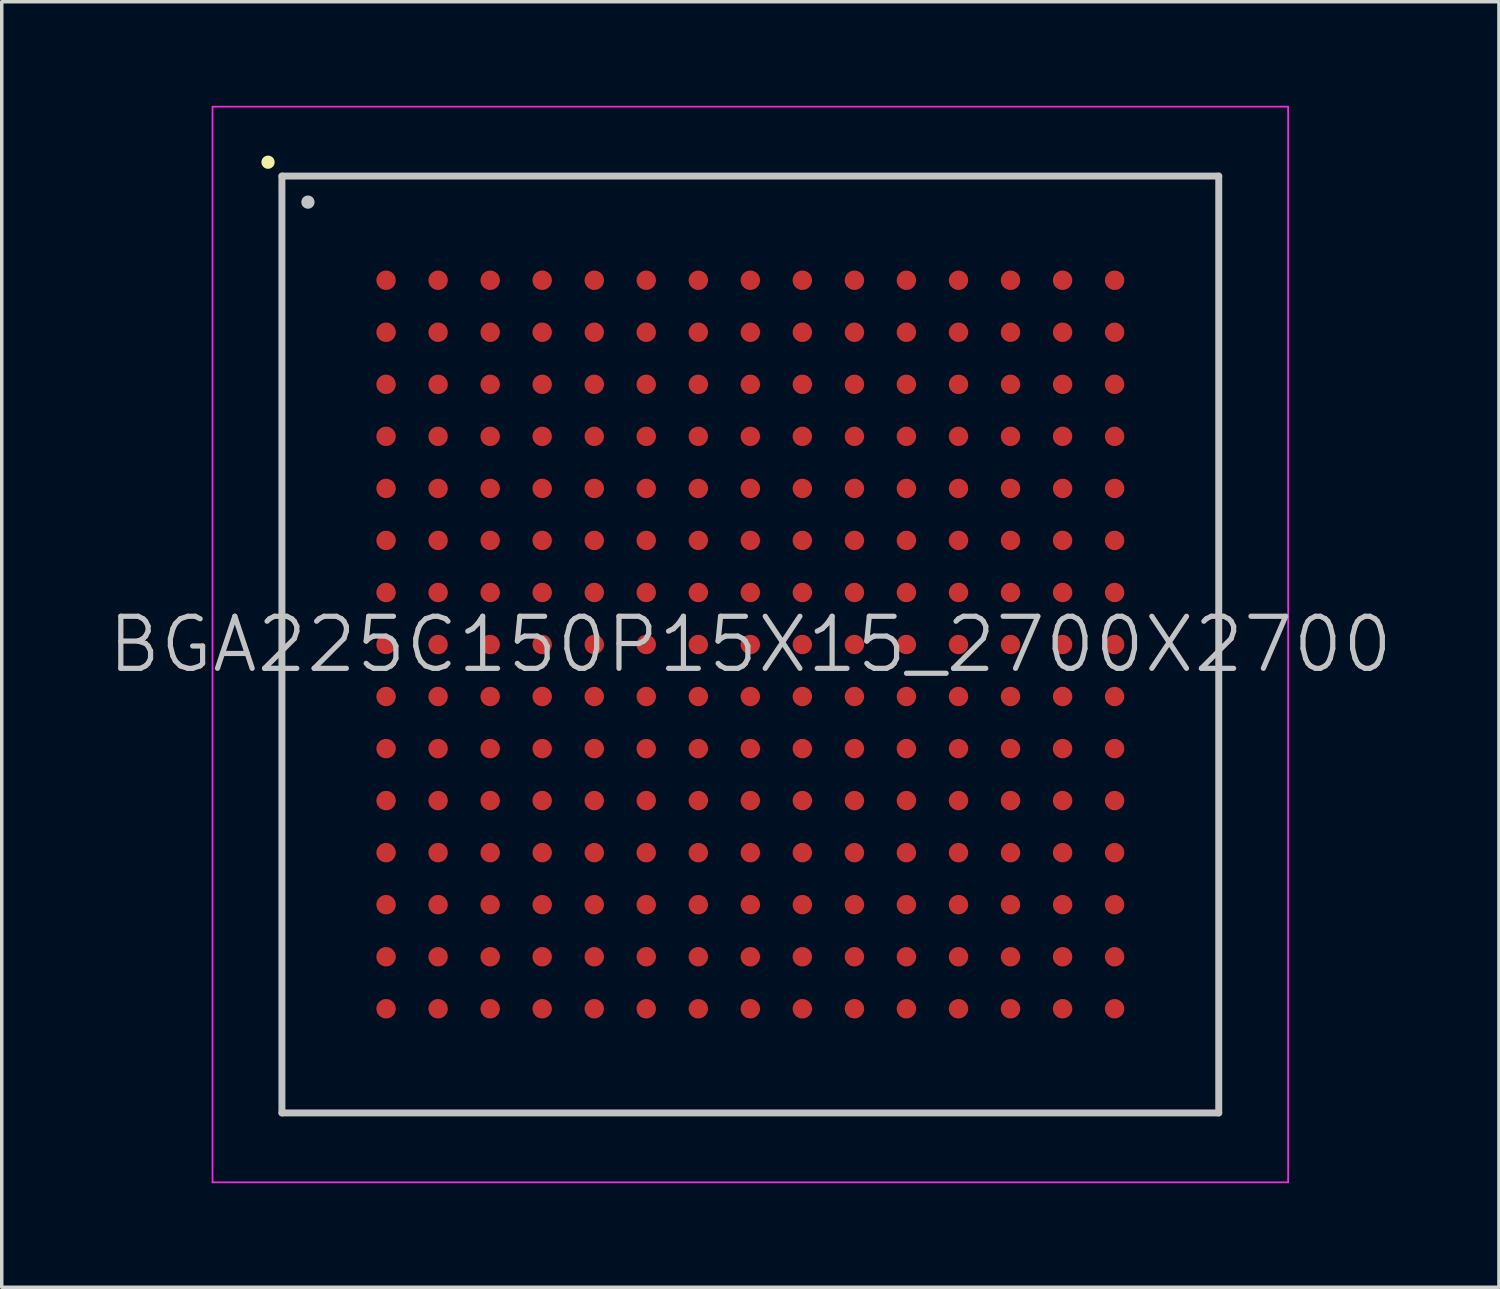
<source format=kicad_pcb>
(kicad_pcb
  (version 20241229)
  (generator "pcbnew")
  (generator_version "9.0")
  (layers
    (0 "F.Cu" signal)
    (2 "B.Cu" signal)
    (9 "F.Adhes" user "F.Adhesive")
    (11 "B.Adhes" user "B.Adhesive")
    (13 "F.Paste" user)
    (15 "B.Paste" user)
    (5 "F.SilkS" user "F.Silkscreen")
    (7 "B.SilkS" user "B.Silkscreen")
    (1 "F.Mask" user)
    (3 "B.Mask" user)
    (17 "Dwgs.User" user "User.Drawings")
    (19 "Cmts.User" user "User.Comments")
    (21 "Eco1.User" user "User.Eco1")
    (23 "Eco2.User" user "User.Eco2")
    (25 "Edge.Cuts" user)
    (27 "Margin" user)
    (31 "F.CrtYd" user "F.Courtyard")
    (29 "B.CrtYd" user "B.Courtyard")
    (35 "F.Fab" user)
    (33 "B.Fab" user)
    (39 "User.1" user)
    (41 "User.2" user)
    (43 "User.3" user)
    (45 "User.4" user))
  (footprint "BGA225C150P15X15_2700X2700"
    (layer "F.Cu")
    (at 18.575 15.525)
    (property "Reference" "BGA225C150P15X15_2700X2700" (at 0 0 0) (layer "Dwgs.User") (effects (font (size 1.5 1.5) (thickness 0.15))))
    (attr smd)
    (fp_line (start -13.9 -13.9) (end -13.9 -13.9) (stroke (width 0.381) (type solid)) (layer "F.SilkS"))
    (fp_line (start -13.5 -13.5) (end -13.5 13.5) (stroke (width 0.2) (type solid)) (layer "Dwgs.User"))
    (fp_line (start -13.5 -13.5) (end 13.5 -13.5) (stroke (width 0.2) (type solid)) (layer "Dwgs.User"))
    (fp_line (start -13.5 13.5) (end 13.5 13.5) (stroke (width 0.2) (type solid)) (layer "Dwgs.User"))
    (fp_line (start -12.75 -12.75) (end -12.75 -12.75) (stroke (width 0.381) (type solid)) (layer "Dwgs.User"))
    (fp_line (start 13.5 -13.5) (end 13.5 13.5) (stroke (width 0.2) (type solid)) (layer "Dwgs.User"))
    (fp_line (start -15.5 -15.5) (end -15.5 15.5) (stroke (width 0.05) (type solid)) (layer "F.CrtYd"))
    (fp_line (start -15.5 -15.5) (end 15.5 -15.5) (stroke (width 0.05) (type solid)) (layer "F.CrtYd"))
    (fp_line (start -15.5 15.5) (end 15.5 15.5) (stroke (width 0.05) (type solid)) (layer "F.CrtYd"))
    (fp_line (start 15.5 -15.5) (end 15.5 15.5) (stroke (width 0.05) (type solid)) (layer "F.CrtYd"))
    (pad "A1" smd circle (at -10.498 -10.498 270) (size 0.56 0.56) (layers "F.Cu" "F.Mask" "F.Paste"))
    (pad "A2" smd circle (at -8.999 -10.498 270) (size 0.56 0.56) (layers "F.Cu" "F.Mask" "F.Paste"))
    (pad "A3" smd circle (at -7.498 -10.498 270) (size 0.56 0.56) (layers "F.Cu" "F.Mask" "F.Paste"))
    (pad "A4" smd circle (at -5.999 -10.498 270) (size 0.56 0.56) (layers "F.Cu" "F.Mask" "F.Paste"))
    (pad "A5" smd circle (at -4.498 -10.498 270) (size 0.56 0.56) (layers "F.Cu" "F.Mask" "F.Paste"))
    (pad "A6" smd circle (at -3 -10.498 270) (size 0.56 0.56) (layers "F.Cu" "F.Mask" "F.Paste"))
    (pad "A7" smd circle (at -1.499 -10.498 270) (size 0.56 0.56) (layers "F.Cu" "F.Mask" "F.Paste"))
    (pad "A8" smd circle (at 0 -10.498 270) (size 0.56 0.56) (layers "F.Cu" "F.Mask" "F.Paste"))
    (pad "A9" smd circle (at 1.499 -10.498 270) (size 0.56 0.56) (layers "F.Cu" "F.Mask" "F.Paste"))
    (pad "A10" smd circle (at 3 -10.498 270) (size 0.56 0.56) (layers "F.Cu" "F.Mask" "F.Paste"))
    (pad "A11" smd circle (at 4.498 -10.498 270) (size 0.56 0.56) (layers "F.Cu" "F.Mask" "F.Paste"))
    (pad "A12" smd circle (at 5.999 -10.498 270) (size 0.56 0.56) (layers "F.Cu" "F.Mask" "F.Paste"))
    (pad "A13" smd circle (at 7.498 -10.498 270) (size 0.56 0.56) (layers "F.Cu" "F.Mask" "F.Paste"))
    (pad "A14" smd circle (at 8.999 -10.498 270) (size 0.56 0.56) (layers "F.Cu" "F.Mask" "F.Paste"))
    (pad "A15" smd circle (at 10.498 -10.498 270) (size 0.56 0.56) (layers "F.Cu" "F.Mask" "F.Paste"))
    (pad "B1" smd circle (at -10.498 -8.999 270) (size 0.56 0.56) (layers "F.Cu" "F.Mask" "F.Paste"))
    (pad "B2" smd circle (at -8.999 -8.999 270) (size 0.56 0.56) (layers "F.Cu" "F.Mask" "F.Paste"))
    (pad "B3" smd circle (at -7.498 -8.999 270) (size 0.56 0.56) (layers "F.Cu" "F.Mask" "F.Paste"))
    (pad "B4" smd circle (at -5.999 -8.999 270) (size 0.56 0.56) (layers "F.Cu" "F.Mask" "F.Paste"))
    (pad "B5" smd circle (at -4.498 -8.999 270) (size 0.56 0.56) (layers "F.Cu" "F.Mask" "F.Paste"))
    (pad "B6" smd circle (at -3 -8.999 270) (size 0.56 0.56) (layers "F.Cu" "F.Mask" "F.Paste"))
    (pad "B7" smd circle (at -1.499 -8.999 270) (size 0.56 0.56) (layers "F.Cu" "F.Mask" "F.Paste"))
    (pad "B8" smd circle (at 0 -8.999 270) (size 0.56 0.56) (layers "F.Cu" "F.Mask" "F.Paste"))
    (pad "B9" smd circle (at 1.499 -8.999 270) (size 0.56 0.56) (layers "F.Cu" "F.Mask" "F.Paste"))
    (pad "B10" smd circle (at 3 -8.999 270) (size 0.56 0.56) (layers "F.Cu" "F.Mask" "F.Paste"))
    (pad "B11" smd circle (at 4.498 -8.999 270) (size 0.56 0.56) (layers "F.Cu" "F.Mask" "F.Paste"))
    (pad "B12" smd circle (at 5.999 -8.999 270) (size 0.56 0.56) (layers "F.Cu" "F.Mask" "F.Paste"))
    (pad "B13" smd circle (at 7.498 -8.999 270) (size 0.56 0.56) (layers "F.Cu" "F.Mask" "F.Paste"))
    (pad "B14" smd circle (at 8.999 -8.999 270) (size 0.56 0.56) (layers "F.Cu" "F.Mask" "F.Paste"))
    (pad "B15" smd circle (at 10.498 -8.999 270) (size 0.56 0.56) (layers "F.Cu" "F.Mask" "F.Paste"))
    (pad "C1" smd circle (at -10.498 -7.498 270) (size 0.56 0.56) (layers "F.Cu" "F.Mask" "F.Paste"))
    (pad "C2" smd circle (at -8.999 -7.498 270) (size 0.56 0.56) (layers "F.Cu" "F.Mask" "F.Paste"))
    (pad "C3" smd circle (at -7.498 -7.498 270) (size 0.56 0.56) (layers "F.Cu" "F.Mask" "F.Paste"))
    (pad "C4" smd circle (at -5.999 -7.498 270) (size 0.56 0.56) (layers "F.Cu" "F.Mask" "F.Paste"))
    (pad "C5" smd circle (at -4.498 -7.498 270) (size 0.56 0.56) (layers "F.Cu" "F.Mask" "F.Paste"))
    (pad "C6" smd circle (at -3 -7.498 270) (size 0.56 0.56) (layers "F.Cu" "F.Mask" "F.Paste"))
    (pad "C7" smd circle (at -1.499 -7.498 270) (size 0.56 0.56) (layers "F.Cu" "F.Mask" "F.Paste"))
    (pad "C8" smd circle (at 0 -7.498 270) (size 0.56 0.56) (layers "F.Cu" "F.Mask" "F.Paste"))
    (pad "C9" smd circle (at 1.499 -7.498 270) (size 0.56 0.56) (layers "F.Cu" "F.Mask" "F.Paste"))
    (pad "C10" smd circle (at 3 -7.498 270) (size 0.56 0.56) (layers "F.Cu" "F.Mask" "F.Paste"))
    (pad "C11" smd circle (at 4.498 -7.498 270) (size 0.56 0.56) (layers "F.Cu" "F.Mask" "F.Paste"))
    (pad "C12" smd circle (at 5.999 -7.498 270) (size 0.56 0.56) (layers "F.Cu" "F.Mask" "F.Paste"))
    (pad "C13" smd circle (at 7.498 -7.498 270) (size 0.56 0.56) (layers "F.Cu" "F.Mask" "F.Paste"))
    (pad "C14" smd circle (at 8.999 -7.498 270) (size 0.56 0.56) (layers "F.Cu" "F.Mask" "F.Paste"))
    (pad "C15" smd circle (at 10.498 -7.498 270) (size 0.56 0.56) (layers "F.Cu" "F.Mask" "F.Paste"))
    (pad "D1" smd circle (at -10.498 -5.999 270) (size 0.56 0.56) (layers "F.Cu" "F.Mask" "F.Paste"))
    (pad "D2" smd circle (at -8.999 -5.999 270) (size 0.56 0.56) (layers "F.Cu" "F.Mask" "F.Paste"))
    (pad "D3" smd circle (at -7.498 -5.999 270) (size 0.56 0.56) (layers "F.Cu" "F.Mask" "F.Paste"))
    (pad "D4" smd circle (at -5.999 -5.999 270) (size 0.56 0.56) (layers "F.Cu" "F.Mask" "F.Paste"))
    (pad "D5" smd circle (at -4.498 -5.999 270) (size 0.56 0.56) (layers "F.Cu" "F.Mask" "F.Paste"))
    (pad "D6" smd circle (at -3 -5.999 270) (size 0.56 0.56) (layers "F.Cu" "F.Mask" "F.Paste"))
    (pad "D7" smd circle (at -1.499 -5.999 270) (size 0.56 0.56) (layers "F.Cu" "F.Mask" "F.Paste"))
    (pad "D8" smd circle (at 0 -5.999 270) (size 0.56 0.56) (layers "F.Cu" "F.Mask" "F.Paste"))
    (pad "D9" smd circle (at 1.499 -5.999 270) (size 0.56 0.56) (layers "F.Cu" "F.Mask" "F.Paste"))
    (pad "D10" smd circle (at 3 -5.999 270) (size 0.56 0.56) (layers "F.Cu" "F.Mask" "F.Paste"))
    (pad "D11" smd circle (at 4.498 -5.999 270) (size 0.56 0.56) (layers "F.Cu" "F.Mask" "F.Paste"))
    (pad "D12" smd circle (at 5.999 -5.999 270) (size 0.56 0.56) (layers "F.Cu" "F.Mask" "F.Paste"))
    (pad "D13" smd circle (at 7.498 -5.999 270) (size 0.56 0.56) (layers "F.Cu" "F.Mask" "F.Paste"))
    (pad "D14" smd circle (at 8.999 -5.999 270) (size 0.56 0.56) (layers "F.Cu" "F.Mask" "F.Paste"))
    (pad "D15" smd circle (at 10.498 -5.999 270) (size 0.56 0.56) (layers "F.Cu" "F.Mask" "F.Paste"))
    (pad "E1" smd circle (at -10.498 -4.498 270) (size 0.56 0.56) (layers "F.Cu" "F.Mask" "F.Paste"))
    (pad "E2" smd circle (at -8.999 -4.498 270) (size 0.56 0.56) (layers "F.Cu" "F.Mask" "F.Paste"))
    (pad "E3" smd circle (at -7.498 -4.498 270) (size 0.56 0.56) (layers "F.Cu" "F.Mask" "F.Paste"))
    (pad "E4" smd circle (at -5.999 -4.498 270) (size 0.56 0.56) (layers "F.Cu" "F.Mask" "F.Paste"))
    (pad "E5" smd circle (at -4.498 -4.498 270) (size 0.56 0.56) (layers "F.Cu" "F.Mask" "F.Paste"))
    (pad "E6" smd circle (at -3 -4.498 270) (size 0.56 0.56) (layers "F.Cu" "F.Mask" "F.Paste"))
    (pad "E7" smd circle (at -1.499 -4.498 270) (size 0.56 0.56) (layers "F.Cu" "F.Mask" "F.Paste"))
    (pad "E8" smd circle (at 0 -4.498 270) (size 0.56 0.56) (layers "F.Cu" "F.Mask" "F.Paste"))
    (pad "E9" smd circle (at 1.499 -4.498 270) (size 0.56 0.56) (layers "F.Cu" "F.Mask" "F.Paste"))
    (pad "E10" smd circle (at 3 -4.498 270) (size 0.56 0.56) (layers "F.Cu" "F.Mask" "F.Paste"))
    (pad "E11" smd circle (at 4.498 -4.498 270) (size 0.56 0.56) (layers "F.Cu" "F.Mask" "F.Paste"))
    (pad "E12" smd circle (at 5.999 -4.498 270) (size 0.56 0.56) (layers "F.Cu" "F.Mask" "F.Paste"))
    (pad "E13" smd circle (at 7.498 -4.498 270) (size 0.56 0.56) (layers "F.Cu" "F.Mask" "F.Paste"))
    (pad "E14" smd circle (at 8.999 -4.498 270) (size 0.56 0.56) (layers "F.Cu" "F.Mask" "F.Paste"))
    (pad "E15" smd circle (at 10.498 -4.498 270) (size 0.56 0.56) (layers "F.Cu" "F.Mask" "F.Paste"))
    (pad "F1" smd circle (at -10.498 -3 270) (size 0.56 0.56) (layers "F.Cu" "F.Mask" "F.Paste"))
    (pad "F2" smd circle (at -8.999 -3 270) (size 0.56 0.56) (layers "F.Cu" "F.Mask" "F.Paste"))
    (pad "F3" smd circle (at -7.498 -3 270) (size 0.56 0.56) (layers "F.Cu" "F.Mask" "F.Paste"))
    (pad "F4" smd circle (at -5.999 -3 270) (size 0.56 0.56) (layers "F.Cu" "F.Mask" "F.Paste"))
    (pad "F5" smd circle (at -4.498 -3 270) (size 0.56 0.56) (layers "F.Cu" "F.Mask" "F.Paste"))
    (pad "F6" smd circle (at -3 -3 270) (size 0.56 0.56) (layers "F.Cu" "F.Mask" "F.Paste"))
    (pad "F7" smd circle (at -1.499 -3 270) (size 0.56 0.56) (layers "F.Cu" "F.Mask" "F.Paste"))
    (pad "F8" smd circle (at 0 -3 270) (size 0.56 0.56) (layers "F.Cu" "F.Mask" "F.Paste"))
    (pad "F9" smd circle (at 1.499 -3 270) (size 0.56 0.56) (layers "F.Cu" "F.Mask" "F.Paste"))
    (pad "F10" smd circle (at 3 -3 270) (size 0.56 0.56) (layers "F.Cu" "F.Mask" "F.Paste"))
    (pad "F11" smd circle (at 4.498 -3 270) (size 0.56 0.56) (layers "F.Cu" "F.Mask" "F.Paste"))
    (pad "F12" smd circle (at 5.999 -3 270) (size 0.56 0.56) (layers "F.Cu" "F.Mask" "F.Paste"))
    (pad "F13" smd circle (at 7.498 -3 270) (size 0.56 0.56) (layers "F.Cu" "F.Mask" "F.Paste"))
    (pad "F14" smd circle (at 8.999 -3 270) (size 0.56 0.56) (layers "F.Cu" "F.Mask" "F.Paste"))
    (pad "F15" smd circle (at 10.498 -3 270) (size 0.56 0.56) (layers "F.Cu" "F.Mask" "F.Paste"))
    (pad "G1" smd circle (at -10.498 -1.499 270) (size 0.56 0.56) (layers "F.Cu" "F.Mask" "F.Paste"))
    (pad "G2" smd circle (at -8.999 -1.499 270) (size 0.56 0.56) (layers "F.Cu" "F.Mask" "F.Paste"))
    (pad "G3" smd circle (at -7.498 -1.499 270) (size 0.56 0.56) (layers "F.Cu" "F.Mask" "F.Paste"))
    (pad "G4" smd circle (at -5.999 -1.499 270) (size 0.56 0.56) (layers "F.Cu" "F.Mask" "F.Paste"))
    (pad "G5" smd circle (at -4.498 -1.499 270) (size 0.56 0.56) (layers "F.Cu" "F.Mask" "F.Paste"))
    (pad "G6" smd circle (at -3 -1.499 270) (size 0.56 0.56) (layers "F.Cu" "F.Mask" "F.Paste"))
    (pad "G7" smd circle (at -1.499 -1.499 270) (size 0.56 0.56) (layers "F.Cu" "F.Mask" "F.Paste"))
    (pad "G8" smd circle (at 0 -1.499 270) (size 0.56 0.56) (layers "F.Cu" "F.Mask" "F.Paste"))
    (pad "G9" smd circle (at 1.499 -1.499 270) (size 0.56 0.56) (layers "F.Cu" "F.Mask" "F.Paste"))
    (pad "G10" smd circle (at 3 -1.499 270) (size 0.56 0.56) (layers "F.Cu" "F.Mask" "F.Paste"))
    (pad "G11" smd circle (at 4.498 -1.499 270) (size 0.56 0.56) (layers "F.Cu" "F.Mask" "F.Paste"))
    (pad "G12" smd circle (at 5.999 -1.499 270) (size 0.56 0.56) (layers "F.Cu" "F.Mask" "F.Paste"))
    (pad "G13" smd circle (at 7.498 -1.499 270) (size 0.56 0.56) (layers "F.Cu" "F.Mask" "F.Paste"))
    (pad "G14" smd circle (at 8.999 -1.499 270) (size 0.56 0.56) (layers "F.Cu" "F.Mask" "F.Paste"))
    (pad "G15" smd circle (at 10.498 -1.499 270) (size 0.56 0.56) (layers "F.Cu" "F.Mask" "F.Paste"))
    (pad "H1" smd circle (at -10.498 0 270) (size 0.56 0.56) (layers "F.Cu" "F.Mask" "F.Paste"))
    (pad "H2" smd circle (at -8.999 0 270) (size 0.56 0.56) (layers "F.Cu" "F.Mask" "F.Paste"))
    (pad "H3" smd circle (at -7.498 0 270) (size 0.56 0.56) (layers "F.Cu" "F.Mask" "F.Paste"))
    (pad "H4" smd circle (at -5.999 0 270) (size 0.56 0.56) (layers "F.Cu" "F.Mask" "F.Paste"))
    (pad "H5" smd circle (at -4.498 0 270) (size 0.56 0.56) (layers "F.Cu" "F.Mask" "F.Paste"))
    (pad "H6" smd circle (at -3 0 270) (size 0.56 0.56) (layers "F.Cu" "F.Mask" "F.Paste"))
    (pad "H7" smd circle (at -1.499 0 270) (size 0.56 0.56) (layers "F.Cu" "F.Mask" "F.Paste"))
    (pad "H8" smd circle (at 0 0 270) (size 0.56 0.56) (layers "F.Cu" "F.Mask" "F.Paste"))
    (pad "H9" smd circle (at 1.499 0 270) (size 0.56 0.56) (layers "F.Cu" "F.Mask" "F.Paste"))
    (pad "H10" smd circle (at 3 0 270) (size 0.56 0.56) (layers "F.Cu" "F.Mask" "F.Paste"))
    (pad "H11" smd circle (at 4.498 0 270) (size 0.56 0.56) (layers "F.Cu" "F.Mask" "F.Paste"))
    (pad "H12" smd circle (at 5.999 0 270) (size 0.56 0.56) (layers "F.Cu" "F.Mask" "F.Paste"))
    (pad "H13" smd circle (at 7.498 0 270) (size 0.56 0.56) (layers "F.Cu" "F.Mask" "F.Paste"))
    (pad "H14" smd circle (at 8.999 0 270) (size 0.56 0.56) (layers "F.Cu" "F.Mask" "F.Paste"))
    (pad "H15" smd circle (at 10.498 0 270) (size 0.56 0.56) (layers "F.Cu" "F.Mask" "F.Paste"))
    (pad "J1" smd circle (at -10.498 1.499 270) (size 0.56 0.56) (layers "F.Cu" "F.Mask" "F.Paste"))
    (pad "J2" smd circle (at -8.999 1.499 270) (size 0.56 0.56) (layers "F.Cu" "F.Mask" "F.Paste"))
    (pad "J3" smd circle (at -7.498 1.499 270) (size 0.56 0.56) (layers "F.Cu" "F.Mask" "F.Paste"))
    (pad "J4" smd circle (at -5.999 1.499 270) (size 0.56 0.56) (layers "F.Cu" "F.Mask" "F.Paste"))
    (pad "J5" smd circle (at -4.498 1.499 270) (size 0.56 0.56) (layers "F.Cu" "F.Mask" "F.Paste"))
    (pad "J6" smd circle (at -3 1.499 270) (size 0.56 0.56) (layers "F.Cu" "F.Mask" "F.Paste"))
    (pad "J7" smd circle (at -1.499 1.499 270) (size 0.56 0.56) (layers "F.Cu" "F.Mask" "F.Paste"))
    (pad "J8" smd circle (at 0 1.499 270) (size 0.56 0.56) (layers "F.Cu" "F.Mask" "F.Paste"))
    (pad "J9" smd circle (at 1.499 1.499 270) (size 0.56 0.56) (layers "F.Cu" "F.Mask" "F.Paste"))
    (pad "J10" smd circle (at 3 1.499 270) (size 0.56 0.56) (layers "F.Cu" "F.Mask" "F.Paste"))
    (pad "J11" smd circle (at 4.498 1.499 270) (size 0.56 0.56) (layers "F.Cu" "F.Mask" "F.Paste"))
    (pad "J12" smd circle (at 5.999 1.499 270) (size 0.56 0.56) (layers "F.Cu" "F.Mask" "F.Paste"))
    (pad "J13" smd circle (at 7.498 1.499 270) (size 0.56 0.56) (layers "F.Cu" "F.Mask" "F.Paste"))
    (pad "J14" smd circle (at 8.999 1.499 270) (size 0.56 0.56) (layers "F.Cu" "F.Mask" "F.Paste"))
    (pad "J15" smd circle (at 10.498 1.499 270) (size 0.56 0.56) (layers "F.Cu" "F.Mask" "F.Paste"))
    (pad "K1" smd circle (at -10.498 3 270) (size 0.56 0.56) (layers "F.Cu" "F.Mask" "F.Paste"))
    (pad "K2" smd circle (at -8.999 3 270) (size 0.56 0.56) (layers "F.Cu" "F.Mask" "F.Paste"))
    (pad "K3" smd circle (at -7.498 3 270) (size 0.56 0.56) (layers "F.Cu" "F.Mask" "F.Paste"))
    (pad "K4" smd circle (at -5.999 3 270) (size 0.56 0.56) (layers "F.Cu" "F.Mask" "F.Paste"))
    (pad "K5" smd circle (at -4.498 3 270) (size 0.56 0.56) (layers "F.Cu" "F.Mask" "F.Paste"))
    (pad "K6" smd circle (at -3 3 270) (size 0.56 0.56) (layers "F.Cu" "F.Mask" "F.Paste"))
    (pad "K7" smd circle (at -1.499 3 270) (size 0.56 0.56) (layers "F.Cu" "F.Mask" "F.Paste"))
    (pad "K8" smd circle (at 0 3 270) (size 0.56 0.56) (layers "F.Cu" "F.Mask" "F.Paste"))
    (pad "K9" smd circle (at 1.499 3 270) (size 0.56 0.56) (layers "F.Cu" "F.Mask" "F.Paste"))
    (pad "K10" smd circle (at 3 3 270) (size 0.56 0.56) (layers "F.Cu" "F.Mask" "F.Paste"))
    (pad "K11" smd circle (at 4.498 3 270) (size 0.56 0.56) (layers "F.Cu" "F.Mask" "F.Paste"))
    (pad "K12" smd circle (at 5.999 3 270) (size 0.56 0.56) (layers "F.Cu" "F.Mask" "F.Paste"))
    (pad "K13" smd circle (at 7.498 3 270) (size 0.56 0.56) (layers "F.Cu" "F.Mask" "F.Paste"))
    (pad "K14" smd circle (at 8.999 3 270) (size 0.56 0.56) (layers "F.Cu" "F.Mask" "F.Paste"))
    (pad "K15" smd circle (at 10.498 3 270) (size 0.56 0.56) (layers "F.Cu" "F.Mask" "F.Paste"))
    (pad "L1" smd circle (at -10.498 4.498 270) (size 0.56 0.56) (layers "F.Cu" "F.Mask" "F.Paste"))
    (pad "L2" smd circle (at -8.999 4.498 270) (size 0.56 0.56) (layers "F.Cu" "F.Mask" "F.Paste"))
    (pad "L3" smd circle (at -7.498 4.498 270) (size 0.56 0.56) (layers "F.Cu" "F.Mask" "F.Paste"))
    (pad "L4" smd circle (at -5.999 4.498 270) (size 0.56 0.56) (layers "F.Cu" "F.Mask" "F.Paste"))
    (pad "L5" smd circle (at -4.498 4.498 270) (size 0.56 0.56) (layers "F.Cu" "F.Mask" "F.Paste"))
    (pad "L6" smd circle (at -3 4.498 270) (size 0.56 0.56) (layers "F.Cu" "F.Mask" "F.Paste"))
    (pad "L7" smd circle (at -1.499 4.498 270) (size 0.56 0.56) (layers "F.Cu" "F.Mask" "F.Paste"))
    (pad "L8" smd circle (at 0 4.498 270) (size 0.56 0.56) (layers "F.Cu" "F.Mask" "F.Paste"))
    (pad "L9" smd circle (at 1.499 4.498 270) (size 0.56 0.56) (layers "F.Cu" "F.Mask" "F.Paste"))
    (pad "L10" smd circle (at 3 4.498 270) (size 0.56 0.56) (layers "F.Cu" "F.Mask" "F.Paste"))
    (pad "L11" smd circle (at 4.498 4.498 270) (size 0.56 0.56) (layers "F.Cu" "F.Mask" "F.Paste"))
    (pad "L12" smd circle (at 5.999 4.498 270) (size 0.56 0.56) (layers "F.Cu" "F.Mask" "F.Paste"))
    (pad "L13" smd circle (at 7.498 4.498 270) (size 0.56 0.56) (layers "F.Cu" "F.Mask" "F.Paste"))
    (pad "L14" smd circle (at 8.999 4.498 270) (size 0.56 0.56) (layers "F.Cu" "F.Mask" "F.Paste"))
    (pad "L15" smd circle (at 10.498 4.498 270) (size 0.56 0.56) (layers "F.Cu" "F.Mask" "F.Paste"))
    (pad "M1" smd circle (at -10.498 5.999 270) (size 0.56 0.56) (layers "F.Cu" "F.Mask" "F.Paste"))
    (pad "M2" smd circle (at -8.999 5.999 270) (size 0.56 0.56) (layers "F.Cu" "F.Mask" "F.Paste"))
    (pad "M3" smd circle (at -7.498 5.999 270) (size 0.56 0.56) (layers "F.Cu" "F.Mask" "F.Paste"))
    (pad "M4" smd circle (at -5.999 5.999 270) (size 0.56 0.56) (layers "F.Cu" "F.Mask" "F.Paste"))
    (pad "M5" smd circle (at -4.498 5.999 270) (size 0.56 0.56) (layers "F.Cu" "F.Mask" "F.Paste"))
    (pad "M6" smd circle (at -3 5.999 270) (size 0.56 0.56) (layers "F.Cu" "F.Mask" "F.Paste"))
    (pad "M7" smd circle (at -1.499 5.999 270) (size 0.56 0.56) (layers "F.Cu" "F.Mask" "F.Paste"))
    (pad "M8" smd circle (at 0 5.999 270) (size 0.56 0.56) (layers "F.Cu" "F.Mask" "F.Paste"))
    (pad "M9" smd circle (at 1.499 5.999 270) (size 0.56 0.56) (layers "F.Cu" "F.Mask" "F.Paste"))
    (pad "M10" smd circle (at 3 5.999 270) (size 0.56 0.56) (layers "F.Cu" "F.Mask" "F.Paste"))
    (pad "M11" smd circle (at 4.498 5.999 270) (size 0.56 0.56) (layers "F.Cu" "F.Mask" "F.Paste"))
    (pad "M12" smd circle (at 5.999 5.999 270) (size 0.56 0.56) (layers "F.Cu" "F.Mask" "F.Paste"))
    (pad "M13" smd circle (at 7.498 5.999 270) (size 0.56 0.56) (layers "F.Cu" "F.Mask" "F.Paste"))
    (pad "M14" smd circle (at 8.999 5.999 270) (size 0.56 0.56) (layers "F.Cu" "F.Mask" "F.Paste"))
    (pad "M15" smd circle (at 10.498 5.999 270) (size 0.56 0.56) (layers "F.Cu" "F.Mask" "F.Paste"))
    (pad "N1" smd circle (at -10.498 7.498 270) (size 0.56 0.56) (layers "F.Cu" "F.Mask" "F.Paste"))
    (pad "N2" smd circle (at -8.999 7.498 270) (size 0.56 0.56) (layers "F.Cu" "F.Mask" "F.Paste"))
    (pad "N3" smd circle (at -7.498 7.498 270) (size 0.56 0.56) (layers "F.Cu" "F.Mask" "F.Paste"))
    (pad "N4" smd circle (at -5.999 7.498 270) (size 0.56 0.56) (layers "F.Cu" "F.Mask" "F.Paste"))
    (pad "N5" smd circle (at -4.498 7.498 270) (size 0.56 0.56) (layers "F.Cu" "F.Mask" "F.Paste"))
    (pad "N6" smd circle (at -3 7.498 270) (size 0.56 0.56) (layers "F.Cu" "F.Mask" "F.Paste"))
    (pad "N7" smd circle (at -1.499 7.498 270) (size 0.56 0.56) (layers "F.Cu" "F.Mask" "F.Paste"))
    (pad "N8" smd circle (at 0 7.498 270) (size 0.56 0.56) (layers "F.Cu" "F.Mask" "F.Paste"))
    (pad "N9" smd circle (at 1.499 7.498 270) (size 0.56 0.56) (layers "F.Cu" "F.Mask" "F.Paste"))
    (pad "N10" smd circle (at 3 7.498 270) (size 0.56 0.56) (layers "F.Cu" "F.Mask" "F.Paste"))
    (pad "N11" smd circle (at 4.498 7.498 270) (size 0.56 0.56) (layers "F.Cu" "F.Mask" "F.Paste"))
    (pad "N12" smd circle (at 5.999 7.498 270) (size 0.56 0.56) (layers "F.Cu" "F.Mask" "F.Paste"))
    (pad "N13" smd circle (at 7.498 7.498 270) (size 0.56 0.56) (layers "F.Cu" "F.Mask" "F.Paste"))
    (pad "N14" smd circle (at 8.999 7.498 270) (size 0.56 0.56) (layers "F.Cu" "F.Mask" "F.Paste"))
    (pad "N15" smd circle (at 10.498 7.498 270) (size 0.56 0.56) (layers "F.Cu" "F.Mask" "F.Paste"))
    (pad "P1" smd circle (at -10.498 8.999 270) (size 0.56 0.56) (layers "F.Cu" "F.Mask" "F.Paste"))
    (pad "P2" smd circle (at -8.999 8.999 270) (size 0.56 0.56) (layers "F.Cu" "F.Mask" "F.Paste"))
    (pad "P3" smd circle (at -7.498 8.999 270) (size 0.56 0.56) (layers "F.Cu" "F.Mask" "F.Paste"))
    (pad "P4" smd circle (at -5.999 8.999 270) (size 0.56 0.56) (layers "F.Cu" "F.Mask" "F.Paste"))
    (pad "P5" smd circle (at -4.498 8.999 270) (size 0.56 0.56) (layers "F.Cu" "F.Mask" "F.Paste"))
    (pad "P6" smd circle (at -3 8.999 270) (size 0.56 0.56) (layers "F.Cu" "F.Mask" "F.Paste"))
    (pad "P7" smd circle (at -1.499 8.999 270) (size 0.56 0.56) (layers "F.Cu" "F.Mask" "F.Paste"))
    (pad "P8" smd circle (at 0 8.999 270) (size 0.56 0.56) (layers "F.Cu" "F.Mask" "F.Paste"))
    (pad "P9" smd circle (at 1.499 8.999 270) (size 0.56 0.56) (layers "F.Cu" "F.Mask" "F.Paste"))
    (pad "P10" smd circle (at 3 8.999 270) (size 0.56 0.56) (layers "F.Cu" "F.Mask" "F.Paste"))
    (pad "P11" smd circle (at 4.498 8.999 270) (size 0.56 0.56) (layers "F.Cu" "F.Mask" "F.Paste"))
    (pad "P12" smd circle (at 5.999 8.999 270) (size 0.56 0.56) (layers "F.Cu" "F.Mask" "F.Paste"))
    (pad "P13" smd circle (at 7.498 8.999 270) (size 0.56 0.56) (layers "F.Cu" "F.Mask" "F.Paste"))
    (pad "P14" smd circle (at 8.999 8.999 270) (size 0.56 0.56) (layers "F.Cu" "F.Mask" "F.Paste"))
    (pad "P15" smd circle (at 10.498 8.999 270) (size 0.56 0.56) (layers "F.Cu" "F.Mask" "F.Paste"))
    (pad "R1" smd circle (at -10.498 10.498 270) (size 0.56 0.56) (layers "F.Cu" "F.Mask" "F.Paste"))
    (pad "R2" smd circle (at -8.999 10.498 270) (size 0.56 0.56) (layers "F.Cu" "F.Mask" "F.Paste"))
    (pad "R3" smd circle (at -7.498 10.498 270) (size 0.56 0.56) (layers "F.Cu" "F.Mask" "F.Paste"))
    (pad "R4" smd circle (at -5.999 10.498 270) (size 0.56 0.56) (layers "F.Cu" "F.Mask" "F.Paste"))
    (pad "R5" smd circle (at -4.498 10.498 270) (size 0.56 0.56) (layers "F.Cu" "F.Mask" "F.Paste"))
    (pad "R6" smd circle (at -3 10.498 270) (size 0.56 0.56) (layers "F.Cu" "F.Mask" "F.Paste"))
    (pad "R7" smd circle (at -1.499 10.498 270) (size 0.56 0.56) (layers "F.Cu" "F.Mask" "F.Paste"))
    (pad "R8" smd circle (at 0 10.498 270) (size 0.56 0.56) (layers "F.Cu" "F.Mask" "F.Paste"))
    (pad "R9" smd circle (at 1.499 10.498 270) (size 0.56 0.56) (layers "F.Cu" "F.Mask" "F.Paste"))
    (pad "R10" smd circle (at 3 10.498 270) (size 0.56 0.56) (layers "F.Cu" "F.Mask" "F.Paste"))
    (pad "R11" smd circle (at 4.498 10.498 270) (size 0.56 0.56) (layers "F.Cu" "F.Mask" "F.Paste"))
    (pad "R12" smd circle (at 5.999 10.498 270) (size 0.56 0.56) (layers "F.Cu" "F.Mask" "F.Paste"))
    (pad "R13" smd circle (at 7.498 10.498 270) (size 0.56 0.56) (layers "F.Cu" "F.Mask" "F.Paste"))
    (pad "R14" smd circle (at 8.999 10.498 270) (size 0.56 0.56) (layers "F.Cu" "F.Mask" "F.Paste"))
    (pad "R15" smd circle (at 10.498 10.498 270) (size 0.56 0.56) (layers "F.Cu" "F.Mask" "F.Paste")))
  (gr_rect
    (start -3 -3)
    (end 40.15 34.05)
    (stroke (width 0.1) (type default))
    (fill no)
    (layer "Edge.Cuts")))
</source>
